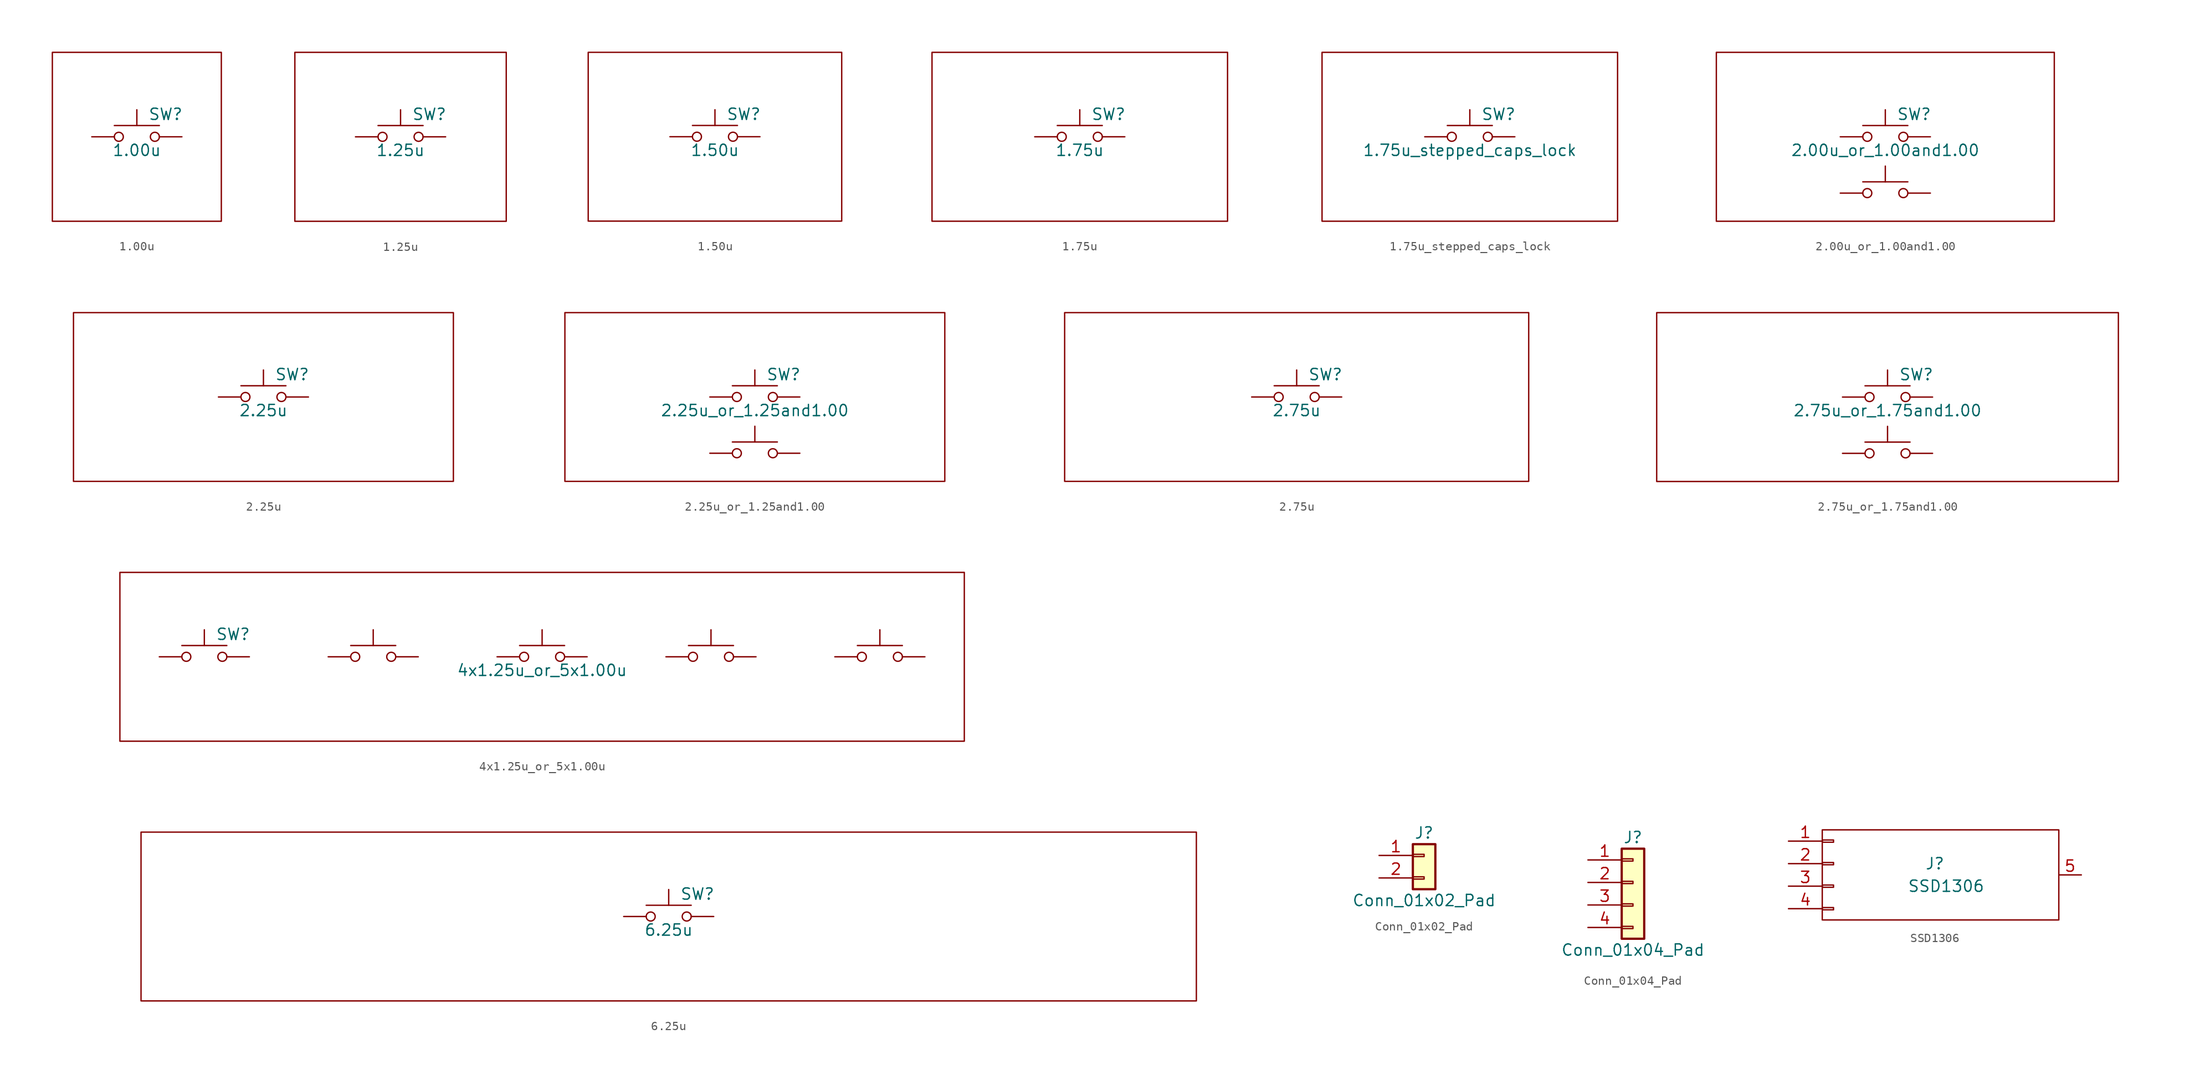
<source format=kicad_sym>
(kicad_symbol_lib
  (version 20201005)
  (generator kicad_symbol_editor)
  (symbol "kobuss:1.00u"
    (pin_numbers hide)
    (pin_names
      (offset 1.016) hide)
    (property "Reference" "SW"
      (at 1.27 2.54 0)
      (effects (font (size 1.27 1.27)) (justify left)))
    (property "Value" "1.00u"
      (at 0 -1.524 0)
      (effects (font (size 1.27 1.27))))
    (symbol "1.00u_0_1"
      (circle (center -2.032 0) (radius 0.508) (stroke (width 0)) (fill (type none)))
      (circle (center 2.032 0) (radius 0.508) (stroke (width 0)) (fill (type none)))
      (rectangle (start -9.525 9.525) (end 9.525 -9.525) (stroke (width 0)) (fill (type none)))
      (polyline (pts (xy 0 1.27) (xy 0 3.048)) (stroke (width 0)) (fill (type none)))
      (polyline (pts (xy 2.54 1.27) (xy -2.54 1.27)) (stroke (width 0)) (fill (type none)))
      (pin passive line (at -5.08 0 0) (length 2.54) (name "1" (effects (font (size 1.27 1.27)))) (number "1" (effects (font (size 1.27 1.27)))))
      (pin passive line (at 5.08 0 180) (length 2.54) (name "2" (effects (font (size 1.27 1.27)))) (number "2" (effects (font (size 1.27 1.27)))))))
  (symbol "kobuss:1.25u"
    (pin_numbers hide)
    (pin_names
      (offset 1.016) hide)
    (property "Reference" "SW"
      (at 1.27 2.54 0)
      (effects (font (size 1.27 1.27)) (justify left)))
    (property "Value" "1.25u"
      (at 0 -1.524 0)
      (effects (font (size 1.27 1.27))))
    (symbol "1.25u_0_1"
      (circle (center -2.032 0) (radius 0.508) (stroke (width 0)) (fill (type none)))
      (circle (center 2.032 0) (radius 0.508) (stroke (width 0)) (fill (type none)))
      (rectangle (start -11.913 9.525) (end 11.913 -9.525) (stroke (width 0)) (fill (type none)))
      (polyline (pts (xy 0 1.27) (xy 0 3.048)) (stroke (width 0)) (fill (type none)))
      (polyline (pts (xy 2.54 1.27) (xy -2.54 1.27)) (stroke (width 0)) (fill (type none)))
      (pin passive line (at -5.08 0 0) (length 2.54) (name "1" (effects (font (size 1.27 1.27)))) (number "1" (effects (font (size 1.27 1.27)))))
      (pin passive line (at 5.08 0 180) (length 2.54) (name "2" (effects (font (size 1.27 1.27)))) (number "2" (effects (font (size 1.27 1.27)))))))
  (symbol "kobuss:1.50u"
    (pin_numbers hide)
    (pin_names
      (offset 1.016) hide)
    (property "Reference" "SW"
      (at 1.27 2.54 0)
      (effects (font (size 1.27 1.27)) (justify left)))
    (property "Value" "1.50u"
      (at 0 -1.524 0)
      (effects (font (size 1.27 1.27))))
    (symbol "1.50u_0_1"
      (circle (center -2.032 0) (radius 0.508) (stroke (width 0)) (fill (type none)))
      (circle (center 2.032 0) (radius 0.508) (stroke (width 0)) (fill (type none)))
      (rectangle (start -14.3 9.525) (end 14.3 -9.525) (stroke (width 0)) (fill (type none)))
      (polyline (pts (xy 0 1.27) (xy 0 3.048)) (stroke (width 0)) (fill (type none)))
      (polyline (pts (xy 2.54 1.27) (xy -2.54 1.27)) (stroke (width 0)) (fill (type none)))
      (pin passive line (at -5.08 0 0) (length 2.54) (name "1" (effects (font (size 1.27 1.27)))) (number "1" (effects (font (size 1.27 1.27)))))
      (pin passive line (at 5.08 0 180) (length 2.54) (name "2" (effects (font (size 1.27 1.27)))) (number "2" (effects (font (size 1.27 1.27)))))))
  (symbol "kobuss:1.75u"
    (pin_numbers hide)
    (pin_names
      (offset 1.016) hide)
    (property "Reference" "SW"
      (at 1.27 2.54 0)
      (effects (font (size 1.27 1.27)) (justify left)))
    (property "Value" "1.75u"
      (at 0 -1.524 0)
      (effects (font (size 1.27 1.27))))
    (symbol "1.75u_0_1"
      (circle (center -2.032 0) (radius 0.508) (stroke (width 0)) (fill (type none)))
      (circle (center 2.032 0) (radius 0.508) (stroke (width 0)) (fill (type none)))
      (rectangle (start -16.662 9.525) (end 16.662 -9.525) (stroke (width 0)) (fill (type none)))
      (polyline (pts (xy 0 1.27) (xy 0 3.048)) (stroke (width 0)) (fill (type none)))
      (polyline (pts (xy 2.54 1.27) (xy -2.54 1.27)) (stroke (width 0)) (fill (type none)))
      (pin passive line (at -5.08 0 0) (length 2.54) (name "1" (effects (font (size 1.27 1.27)))) (number "1" (effects (font (size 1.27 1.27)))))
      (pin passive line (at 5.08 0 180) (length 2.54) (name "2" (effects (font (size 1.27 1.27)))) (number "2" (effects (font (size 1.27 1.27)))))))
  (symbol "kobuss:1.75u_stepped_caps_lock"
    (pin_numbers hide)
    (pin_names
      (offset 1.016) hide)
    (property "Reference" "SW"
      (at 1.27 2.54 0)
      (effects (font (size 1.27 1.27)) (justify left)))
    (property "Value" "1.75u_stepped_caps_lock"
      (at 0 -1.524 0)
      (effects (font (size 1.27 1.27))))
    (symbol "1.75u_stepped_caps_lock_0_1"
      (circle (center -2.032 0) (radius 0.508) (stroke (width 0)) (fill (type none)))
      (circle (center 2.032 0) (radius 0.508) (stroke (width 0)) (fill (type none)))
      (rectangle (start -16.662 9.525) (end 16.662 -9.525) (stroke (width 0)) (fill (type none)))
      (polyline (pts (xy 0 1.27) (xy 0 3.048)) (stroke (width 0)) (fill (type none)))
      (polyline (pts (xy 2.54 1.27) (xy -2.54 1.27)) (stroke (width 0)) (fill (type none)))
      (pin passive line (at -5.08 0 0) (length 2.54) (name "1" (effects (font (size 1.27 1.27)))) (number "1" (effects (font (size 1.27 1.27)))))
      (pin passive line (at 5.08 0 180) (length 2.54) (name "2" (effects (font (size 1.27 1.27)))) (number "2" (effects (font (size 1.27 1.27)))))))
  (symbol "kobuss:2.00u_or_1.00and1.00"
    (pin_numbers hide)
    (pin_names
      (offset 1.016) hide)
    (property "Reference" "SW"
      (at 1.27 2.54 0)
      (effects (font (size 1.27 1.27)) (justify left)))
    (property "Value" "2.00u_or_1.00and1.00"
      (at 0 -1.524 0)
      (effects (font (size 1.27 1.27))))
    (symbol "2.00u_or_1.00and1.00_0_1"
      (circle (center -2.032 -6.35) (radius 0.508) (stroke (width 0)) (fill (type none)))
      (circle (center -2.032 0) (radius 0.508) (stroke (width 0)) (fill (type none)))
      (circle (center 2.032 -6.35) (radius 0.508) (stroke (width 0)) (fill (type none)))
      (circle (center 2.032 0) (radius 0.508) (stroke (width 0)) (fill (type none)))
      (rectangle (start -19.05 9.525) (end 19.05 -9.525) (stroke (width 0)) (fill (type none)))
      (polyline (pts (xy 0 -5.08) (xy 0 -3.302)) (stroke (width 0)) (fill (type none)))
      (polyline (pts (xy 0 1.27) (xy 0 3.048)) (stroke (width 0)) (fill (type none)))
      (polyline (pts (xy 2.54 -5.08) (xy -2.54 -5.08)) (stroke (width 0)) (fill (type none)))
      (polyline (pts (xy 2.54 1.27) (xy -2.54 1.27)) (stroke (width 0)) (fill (type none)))
      (pin passive line (at -5.08 0 0) (length 2.54) (name "1" (effects (font (size 1.27 1.27)))) (number "1" (effects (font (size 1.27 1.27)))))
      (pin passive line (at 5.08 -6.35 180) (length 2.54) (name "4" (effects (font (size 1.27 1.27)))) (number "4" (effects (font (size 1.27 1.27)))))
      (pin passive line (at 5.08 0 180) (length 2.54) (name "2" (effects (font (size 1.27 1.27)))) (number "2" (effects (font (size 1.27 1.27)))))
      (pin passive line (at -5.08 -6.35 0) (length 2.54) (name "3" (effects (font (size 1.27 1.27)))) (number "3" (effects (font (size 1.27 1.27)))))))
  (symbol "kobuss:2.25u"
    (pin_numbers hide)
    (pin_names
      (offset 1.016) hide)
    (property "Reference" "SW"
      (at 1.27 2.54 0)
      (effects (font (size 1.27 1.27)) (justify left)))
    (property "Value" "2.25u"
      (at 0 -1.524 0)
      (effects (font (size 1.27 1.27))))
    (symbol "2.25u_0_1"
      (circle (center -2.032 0) (radius 0.508) (stroke (width 0)) (fill (type none)))
      (circle (center 2.032 0) (radius 0.508) (stroke (width 0)) (fill (type none)))
      (rectangle (start -21.438 9.525) (end 21.438 -9.525) (stroke (width 0)) (fill (type none)))
      (polyline (pts (xy 0 1.27) (xy 0 3.048)) (stroke (width 0)) (fill (type none)))
      (polyline (pts (xy 2.54 1.27) (xy -2.54 1.27)) (stroke (width 0)) (fill (type none)))
      (pin passive line (at -5.08 0 0) (length 2.54) (name "1" (effects (font (size 1.27 1.27)))) (number "1" (effects (font (size 1.27 1.27)))))
      (pin passive line (at 5.08 0 180) (length 2.54) (name "2" (effects (font (size 1.27 1.27)))) (number "2" (effects (font (size 1.27 1.27)))))))
  (symbol "kobuss:2.25u_or_1.25and1.00"
    (pin_numbers hide)
    (pin_names
      (offset 1.016) hide)
    (property "Reference" "SW"
      (at 1.27 2.54 0)
      (effects (font (size 1.27 1.27)) (justify left)))
    (property "Value" "2.25u_or_1.25and1.00"
      (at 0 -1.524 0)
      (effects (font (size 1.27 1.27))))
    (symbol "2.25u_or_1.25and1.00_0_1"
      (circle (center -2.032 -6.35) (radius 0.508) (stroke (width 0)) (fill (type none)))
      (circle (center -2.032 0) (radius 0.508) (stroke (width 0)) (fill (type none)))
      (circle (center 2.032 -6.35) (radius 0.508) (stroke (width 0)) (fill (type none)))
      (circle (center 2.032 0) (radius 0.508) (stroke (width 0)) (fill (type none)))
      (rectangle (start -21.438 9.525) (end 21.438 -9.525) (stroke (width 0)) (fill (type none)))
      (polyline (pts (xy 0 -5.08) (xy 0 -3.302)) (stroke (width 0)) (fill (type none)))
      (polyline (pts (xy 0 1.27) (xy 0 3.048)) (stroke (width 0)) (fill (type none)))
      (polyline (pts (xy 2.54 -5.08) (xy -2.54 -5.08)) (stroke (width 0)) (fill (type none)))
      (polyline (pts (xy 2.54 1.27) (xy -2.54 1.27)) (stroke (width 0)) (fill (type none)))
      (pin passive line (at -5.08 0 0) (length 2.54) (name "1" (effects (font (size 1.27 1.27)))) (number "1" (effects (font (size 1.27 1.27)))))
      (pin passive line (at 5.08 -6.35 180) (length 2.54) (name "4" (effects (font (size 1.27 1.27)))) (number "4" (effects (font (size 1.27 1.27)))))
      (pin passive line (at 5.08 0 180) (length 2.54) (name "2" (effects (font (size 1.27 1.27)))) (number "2" (effects (font (size 1.27 1.27)))))
      (pin passive line (at -5.08 -6.35 0) (length 2.54) (name "3" (effects (font (size 1.27 1.27)))) (number "3" (effects (font (size 1.27 1.27)))))))
  (symbol "kobuss:2.75u"
    (pin_numbers hide)
    (pin_names
      (offset 1.016) hide)
    (property "Reference" "SW"
      (at 1.27 2.54 0)
      (effects (font (size 1.27 1.27)) (justify left)))
    (property "Value" "2.75u"
      (at 0 -1.524 0)
      (effects (font (size 1.27 1.27))))
    (symbol "2.75u_0_1"
      (circle (center -2.032 0) (radius 0.508) (stroke (width 0)) (fill (type none)))
      (circle (center 2.032 0) (radius 0.508) (stroke (width 0)) (fill (type none)))
      (rectangle (start -26.187 9.525) (end 26.187 -9.525) (stroke (width 0)) (fill (type none)))
      (polyline (pts (xy 0 1.27) (xy 0 3.048)) (stroke (width 0)) (fill (type none)))
      (polyline (pts (xy 2.54 1.27) (xy -2.54 1.27)) (stroke (width 0)) (fill (type none)))
      (pin passive line (at -5.08 0 0) (length 2.54) (name "1" (effects (font (size 1.27 1.27)))) (number "1" (effects (font (size 1.27 1.27)))))
      (pin passive line (at 5.08 0 180) (length 2.54) (name "2" (effects (font (size 1.27 1.27)))) (number "2" (effects (font (size 1.27 1.27)))))))
  (symbol "kobuss:2.75u_or_1.75and1.00"
    (pin_numbers hide)
    (pin_names
      (offset 1.016) hide)
    (property "Reference" "SW"
      (at 1.27 2.54 0)
      (effects (font (size 1.27 1.27)) (justify left)))
    (property "Value" "2.75u_or_1.75and1.00"
      (at 0 -1.524 0)
      (effects (font (size 1.27 1.27))))
    (symbol "2.75u_or_1.75and1.00_0_1"
      (circle (center -2.032 -6.35) (radius 0.508) (stroke (width 0)) (fill (type none)))
      (circle (center -2.032 0) (radius 0.508) (stroke (width 0)) (fill (type none)))
      (circle (center 2.032 -6.35) (radius 0.508) (stroke (width 0)) (fill (type none)))
      (circle (center 2.032 0) (radius 0.508) (stroke (width 0)) (fill (type none)))
      (rectangle (start -26.035 9.525) (end 26.035 -9.525) (stroke (width 0)) (fill (type none)))
      (polyline (pts (xy 0 -5.08) (xy 0 -3.302)) (stroke (width 0)) (fill (type none)))
      (polyline (pts (xy 0 1.27) (xy 0 3.048)) (stroke (width 0)) (fill (type none)))
      (polyline (pts (xy 2.54 -5.08) (xy -2.54 -5.08)) (stroke (width 0)) (fill (type none)))
      (polyline (pts (xy 2.54 1.27) (xy -2.54 1.27)) (stroke (width 0)) (fill (type none)))
      (pin passive line (at -5.08 0 0) (length 2.54) (name "1" (effects (font (size 1.27 1.27)))) (number "1" (effects (font (size 1.27 1.27)))))
      (pin passive line (at 5.08 -6.35 180) (length 2.54) (name "4" (effects (font (size 1.27 1.27)))) (number "4" (effects (font (size 1.27 1.27)))))
      (pin passive line (at 5.08 0 180) (length 2.54) (name "2" (effects (font (size 1.27 1.27)))) (number "2" (effects (font (size 1.27 1.27)))))
      (pin passive line (at -5.08 -6.35 0) (length 2.54) (name "3" (effects (font (size 1.27 1.27)))) (number "3" (effects (font (size 1.27 1.27)))))))
  (symbol "kobuss:4x1.25u_or_5x1.00u"
    (pin_numbers hide)
    (pin_names
      (offset 1.016) hide)
    (property "Reference" "SW"
      (at -36.83 2.54 0)
      (effects (font (size 1.27 1.27)) (justify left)))
    (property "Value" "4x1.25u_or_5x1.00u"
      (at 0 -1.524 0)
      (effects (font (size 1.27 1.27))))
    (symbol "4x1.25u_or_5x1.00u_0_1"
      (circle (center -40.132 0) (radius 0.508) (stroke (width 0)) (fill (type none)))
      (circle (center -36.068 0) (radius 0.508) (stroke (width 0)) (fill (type none)))
      (circle (center 2.032 0) (radius 0.508) (stroke (width 0)) (fill (type none)))
      (circle (center -2.032 0) (radius 0.508) (stroke (width 0)) (fill (type none)))
      (circle (center -21.082 0) (radius 0.508) (stroke (width 0)) (fill (type none)))
      (circle (center -17.018 0) (radius 0.508) (stroke (width 0)) (fill (type none)))
      (circle (center 17.018 0) (radius 0.508) (stroke (width 0)) (fill (type none)))
      (circle (center 36.068 0) (radius 0.508) (stroke (width 0)) (fill (type none)))
      (circle (center 40.132 0) (radius 0.508) (stroke (width 0)) (fill (type none)))
      (circle (center 21.082 0) (radius 0.508) (stroke (width 0)) (fill (type none)))
      (rectangle (start -47.625 9.525) (end 47.625 -9.525) (stroke (width 0)) (fill (type none)))
      (polyline (pts (xy -38.1 1.27) (xy -38.1 3.048)) (stroke (width 0)) (fill (type none)))
      (polyline (pts (xy -35.56 1.27) (xy -40.64 1.27)) (stroke (width 0)) (fill (type none)))
      (polyline (pts (xy 2.54 1.27) (xy -2.54 1.27)) (stroke (width 0)) (fill (type none)))
      (polyline (pts (xy 0 1.27) (xy 0 3.048)) (stroke (width 0)) (fill (type none)))
      (polyline (pts (xy -16.51 1.27) (xy -21.59 1.27)) (stroke (width 0)) (fill (type none)))
      (polyline (pts (xy -19.05 1.27) (xy -19.05 3.048)) (stroke (width 0)) (fill (type none)))
      (polyline (pts (xy 21.59 1.27) (xy 16.51 1.27)) (stroke (width 0)) (fill (type none)))
      (polyline (pts (xy 38.1 1.27) (xy 38.1 3.048)) (stroke (width 0)) (fill (type none)))
      (polyline (pts (xy 40.64 1.27) (xy 35.56 1.27)) (stroke (width 0)) (fill (type none)))
      (polyline (pts (xy 19.05 1.27) (xy 19.05 3.048)) (stroke (width 0)) (fill (type none)))
      (pin passive line (at -43.18 0 0) (length 2.54) (name "1" (effects (font (size 0.254 0.254)))) (number "1" (effects (font (size 1.27 1.27)))))
      (pin passive line (at -33.02 0 180) (length 2.54) (name "2" (effects (font (size 0.254 0.254)))) (number "2" (effects (font (size 1.27 1.27)))))
      (pin passive line (at 5.08 0 180) (length 2.54) (name "6" (effects (font (size 0.254 0.254)))) (number "6" (effects (font (size 1.27 1.27)))))
      (pin passive line (at -5.08 0 0) (length 2.54) (name "5" (effects (font (size 0.254 0.254)))) (number "5" (effects (font (size 1.27 1.27)))))
      (pin passive line (at -13.97 0 180) (length 2.54) (name "4" (effects (font (size 0.254 0.254)))) (number "4" (effects (font (size 1.27 1.27)))))
      (pin passive line (at -24.13 0 0) (length 2.54) (name "3" (effects (font (size 0.254 0.254)))) (number "3" (effects (font (size 1.27 1.27)))))
      (pin passive line (at 24.13 0 180) (length 2.54) (name "8" (effects (font (size 0.254 0.254)))) (number "8" (effects (font (size 1.27 1.27)))))
      (pin passive line (at 33.02 0 0) (length 2.54) (name "9" (effects (font (size 0.254 0.254)))) (number "9" (effects (font (size 1.27 1.27)))))
      (pin passive line (at 43.18 0 180) (length 2.54) (name "10" (effects (font (size 0.254 0.254)))) (number "10" (effects (font (size 1.27 1.27)))))
      (pin passive line (at 13.97 0 0) (length 2.54) (name "7" (effects (font (size 0.254 0.254)))) (number "7" (effects (font (size 1.27 1.27)))))))
  (symbol "kobuss:6.25u"
    (pin_numbers hide)
    (pin_names
      (offset 1.016) hide)
    (property "Reference" "SW"
      (at 1.27 2.54 0)
      (effects (font (size 1.27 1.27)) (justify left)))
    (property "Value" "6.25u"
      (at 0 -1.524 0)
      (effects (font (size 1.27 1.27))))
    (symbol "6.25u_0_1"
      (circle (center -2.032 0) (radius 0.508) (stroke (width 0)) (fill (type none)))
      (circle (center 2.032 0) (radius 0.508) (stroke (width 0)) (fill (type none)))
      (rectangle (start -59.538 9.525) (end 59.538 -9.525) (stroke (width 0)) (fill (type none)))
      (polyline (pts (xy 0 1.27) (xy 0 3.048)) (stroke (width 0)) (fill (type none)))
      (polyline (pts (xy 2.54 1.27) (xy -2.54 1.27)) (stroke (width 0)) (fill (type none)))
      (pin passive line (at -5.08 0 0) (length 2.54) (name "1" (effects (font (size 1.27 1.27)))) (number "1" (effects (font (size 1.27 1.27)))))
      (pin passive line (at 5.08 0 180) (length 2.54) (name "2" (effects (font (size 1.27 1.27)))) (number "2" (effects (font (size 1.27 1.27)))))))
  (symbol "kobuss:Conn_01x02_Pad"
    (pin_names
      (offset 1.016) hide)
    (property "Reference" "J"
      (at 0 2.54 0)
      (effects (font (size 1.27 1.27))))
    (property "Value" "Conn_01x02_Pad"
      (at 0 -5.08 0)
      (effects (font (size 1.27 1.27))))
    (symbol "Conn_01x02_Pad_1_1"
      (rectangle (start -1.27 -2.413) (end 0 -2.667) (stroke (width 0.152)) (fill (type none)))
      (rectangle (start -1.27 0.127) (end 0 -0.127) (stroke (width 0.152)) (fill (type none)))
      (rectangle (start -1.27 1.27) (end 1.27 -3.81) (stroke (width 0.254)) (fill (type background)))
      (pin passive line (at -5.08 0 0) (length 3.81) (name "Pin_1" (effects (font (size 1.27 1.27)))) (number "1" (effects (font (size 1.27 1.27)))))
      (pin passive line (at -5.08 -2.54 0) (length 3.81) (name "Pin_2" (effects (font (size 1.27 1.27)))) (number "2" (effects (font (size 1.27 1.27)))))))
  (symbol "kobuss:Conn_01x04_Pad"
    (pin_names
      (offset 1.016) hide)
    (property "Reference" "J"
      (at 0 5.08 0)
      (effects (font (size 1.27 1.27))))
    (property "Value" "Conn_01x04_Pad"
      (at 0 -7.62 0)
      (effects (font (size 1.27 1.27))))
    (symbol "Conn_01x04_Pad_1_1"
      (rectangle (start -1.27 -4.953) (end 0 -5.207) (stroke (width 0.152)) (fill (type none)))
      (rectangle (start -1.27 -2.413) (end 0 -2.667) (stroke (width 0.152)) (fill (type none)))
      (rectangle (start -1.27 0.127) (end 0 -0.127) (stroke (width 0.152)) (fill (type none)))
      (rectangle (start -1.27 2.667) (end 0 2.413) (stroke (width 0.152)) (fill (type none)))
      (rectangle (start -1.27 3.81) (end 1.27 -6.35) (stroke (width 0.254)) (fill (type background)))
      (pin passive line (at -5.08 2.54 0) (length 3.81) (name "Pin_1" (effects (font (size 1.27 1.27)))) (number "1" (effects (font (size 1.27 1.27)))))
      (pin passive line (at -5.08 0 0) (length 3.81) (name "Pin_2" (effects (font (size 1.27 1.27)))) (number "2" (effects (font (size 1.27 1.27)))))
      (pin passive line (at -5.08 -2.54 0) (length 3.81) (name "Pin_3" (effects (font (size 1.27 1.27)))) (number "3" (effects (font (size 1.27 1.27)))))
      (pin passive line (at -5.08 -5.08 0) (length 3.81) (name "Pin_4" (effects (font (size 1.27 1.27)))) (number "4" (effects (font (size 1.27 1.27)))))))
  (symbol "kobuss:SSD1306"
    (pin_names
      (offset 1.016) hide)
    (property "Reference" "J"
      (at 12.7 1.27 0)
      (effects (font (size 1.27 1.27))))
    (property "Value" "SSD1306"
      (at 13.97 -1.27 0)
      (effects (font (size 1.27 1.27))))
    (symbol "SSD1306_0_1"
      (rectangle (start 0 5.08) (end 26.67 -5.08) (stroke (width 0)) (fill (type none))))
    (symbol "SSD1306_1_1"
      (rectangle (start 0 -3.683) (end 1.27 -3.937) (stroke (width 0.152)) (fill (type none)))
      (rectangle (start 0 -1.143) (end 1.27 -1.397) (stroke (width 0.152)) (fill (type none)))
      (rectangle (start 0 1.397) (end 1.27 1.143) (stroke (width 0.152)) (fill (type none)))
      (rectangle (start 0 3.937) (end 1.27 3.683) (stroke (width 0.152)) (fill (type none)))
      (pin passive line (at -3.81 3.81 0) (length 3.81) (name "SDA" (effects (font (size 1.27 1.27)))) (number "1" (effects (font (size 1.27 1.27)))))
      (pin passive line (at -3.81 1.27 0) (length 3.81) (name "SCL" (effects (font (size 1.27 1.27)))) (number "2" (effects (font (size 1.27 1.27)))))
      (pin passive line (at -3.81 -1.27 0) (length 3.81) (name "VCC" (effects (font (size 1.27 1.27)))) (number "3" (effects (font (size 1.27 1.27)))))
      (pin passive line (at -3.81 -3.81 0) (length 3.81) (name "GND" (effects (font (size 1.27 1.27)))) (number "4" (effects (font (size 1.27 1.27)))))
      (pin passive line (at 29.21 0 180) (length 2.54) (name "MNT" (effects (font (size 1.27 1.27)))) (number "5" (effects (font (size 1.27 1.27))))))))
</source>
